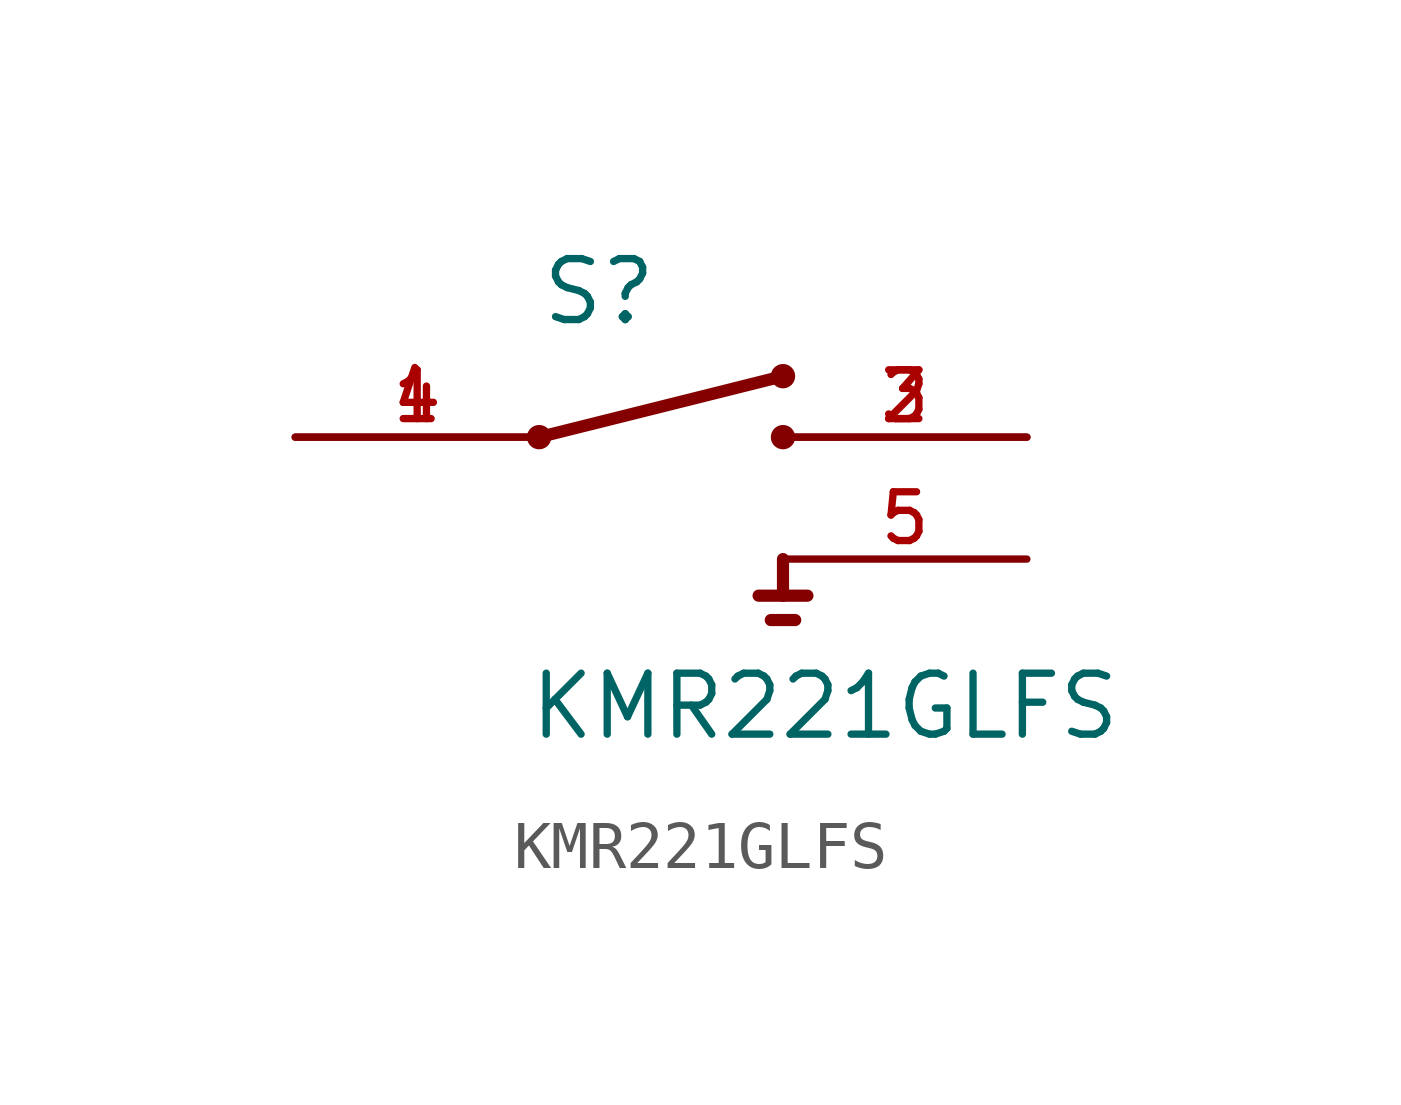
<source format=kicad_sym>
(kicad_symbol_lib
  (version 20211014)
  (generator kicad_symbol_editor)
  (symbol "KMR221GLFS"
    (pin_names
      (offset 1.016) hide)
    (property "Reference" "S"
      (at -2.54 2.286 0)
      (effects (font (size 1.27 1.27)) (justify left bottom)))
    (property "Value" "KMR221GLFS"
      (at -2.794 -6.35 0)
      (effects (font (size 1.27 1.27)) (justify left bottom)))
    (property "ki_locked" ""
      (at 0 0 0)
      (effects (font (size 1.27 1.27))))
    (symbol "KMR221GLFS_0_0"
      (circle (center -2.54 0) (radius 0.127) (stroke (width 0.254) (type default) (color 0 0 0 0)) (fill (type none)))
      (polyline (pts (xy -2.54 0) (xy 2.54 1.27)) (stroke (width 0.254) (type default) (color 0 0 0 0)) (fill (type none)))
      (polyline (pts (xy 2.286 -3.81) (xy 2.794 -3.81)) (stroke (width 0.254) (type default) (color 0 0 0 0)) (fill (type none)))
      (polyline (pts (xy 2.54 -3.302) (xy 2.032 -3.302)) (stroke (width 0.254) (type default) (color 0 0 0 0)) (fill (type none)))
      (polyline (pts (xy 2.54 -3.302) (xy 3.048 -3.302)) (stroke (width 0.254) (type default) (color 0 0 0 0)) (fill (type none)))
      (polyline (pts (xy 2.54 -2.54) (xy 2.54 -3.302)) (stroke (width 0.254) (type default) (color 0 0 0 0)) (fill (type none)))
      (circle (center 2.54 0) (radius 0.127) (stroke (width 0.254) (type default) (color 0 0 0 0)) (fill (type none)))
      (circle (center 2.54 1.27) (radius 0.127) (stroke (width 0.254) (type default) (color 0 0 0 0)) (fill (type none)))
      (pin passive line (at -7.62 0 0) (length 5.08) (name "~" (effects (font (size 1.016 1.016)))) (number "1" (effects (font (size 1.016 1.016)))))
      (pin passive line (at 7.62 0 180) (length 5.08) (name "~" (effects (font (size 1.016 1.016)))) (number "2" (effects (font (size 1.016 1.016)))))
      (pin passive line (at 7.62 0 180) (length 5.08) (name "~" (effects (font (size 1.016 1.016)))) (number "3" (effects (font (size 1.016 1.016)))))
      (pin passive line (at -7.62 0 0) (length 5.08) (name "~" (effects (font (size 1.016 1.016)))) (number "4" (effects (font (size 1.016 1.016)))))
      (pin passive line (at 7.62 -2.54 180) (length 5.08) (name "~" (effects (font (size 1.016 1.016)))) (number "5" (effects (font (size 1.016 1.016))))))))
</source>
